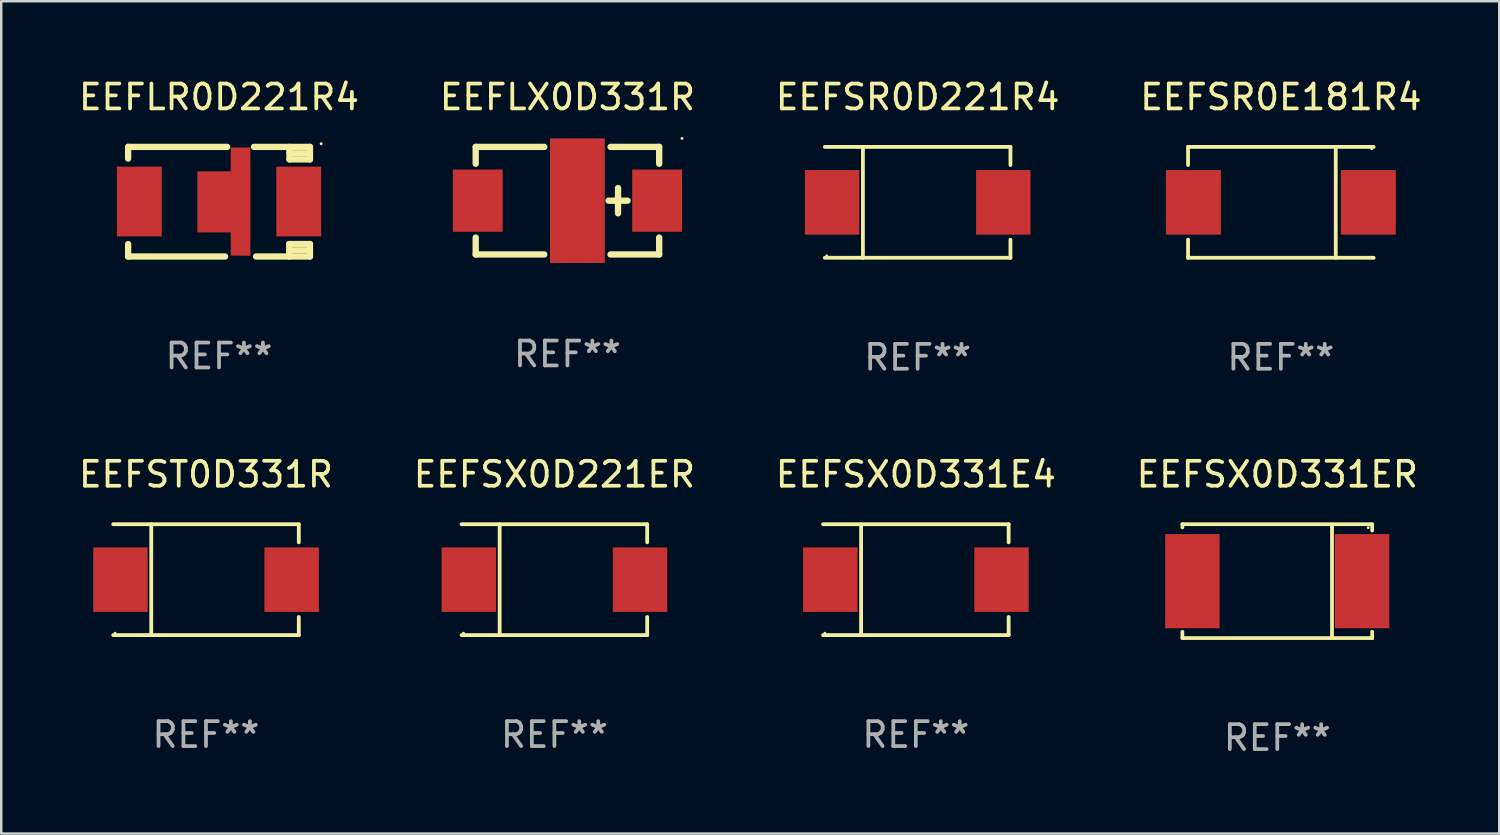
<source format=kicad_pcb>
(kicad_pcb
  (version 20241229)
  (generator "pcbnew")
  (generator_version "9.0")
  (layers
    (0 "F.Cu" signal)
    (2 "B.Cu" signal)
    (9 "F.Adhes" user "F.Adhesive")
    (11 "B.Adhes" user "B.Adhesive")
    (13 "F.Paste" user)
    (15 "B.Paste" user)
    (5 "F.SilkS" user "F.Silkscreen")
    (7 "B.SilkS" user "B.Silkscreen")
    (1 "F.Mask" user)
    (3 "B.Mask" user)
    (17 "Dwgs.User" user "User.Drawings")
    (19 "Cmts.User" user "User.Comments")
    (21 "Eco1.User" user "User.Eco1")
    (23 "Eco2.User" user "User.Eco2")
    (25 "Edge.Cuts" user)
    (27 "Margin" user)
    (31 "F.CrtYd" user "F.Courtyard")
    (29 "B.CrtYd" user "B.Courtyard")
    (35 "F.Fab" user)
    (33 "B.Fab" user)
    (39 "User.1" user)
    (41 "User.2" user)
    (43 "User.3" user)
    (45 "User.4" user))
  (footprint "EEFSR0D221R4"
    (layer "F.Cu")
    (at 33.792 5.074)
    (property "Reference" "EEFSR0D221R4" (at 0 -4.226 0) (layer "F.SilkS") (effects (font (size 1 1) (thickness 0.15))))
    (attr through_hole)
    (fp_line (start -3.726 -2.226) (end 3.726 -2.226) (stroke (width 0.152) (type solid)) (layer "F.SilkS"))
    (fp_line (start -3.726 2.226) (end 3.726 2.226) (stroke (width 0.152) (type solid)) (layer "F.SilkS"))
    (fp_line (start -2.197 -2.226) (end -2.197 2.226) (stroke (width 0.152) (type solid)) (layer "F.SilkS"))
    (fp_line (start 3.726 -2.226) (end 3.726 -1.499) (stroke (width 0.152) (type solid)) (layer "F.SilkS"))
    (fp_line (start 3.726 2.226) (end 3.726 1.499) (stroke (width 0.152) (type solid)) (layer "F.SilkS"))
    (fp_circle (center -3.65 2.15) (end -3.62 2.15) (stroke (width 0.06) (type solid)) (fill no) (layer "F.SilkS"))
    (fp_text user "REF**" (at 0 6.226 0) (layer "F.Fab") (effects (font (size 1 1) (thickness 0.15))))
    (pad "1" smd rect (at -3.434 0 180) (size 2.185 2.592) (layers "F.Cu" "F.Mask" "F.Paste"))
    (pad "2" smd rect (at 3.439 0 180) (size 2.185 2.592) (layers "F.Cu" "F.Mask" "F.Paste")))
  (footprint "EEFST0D331R"
    (layer "F.Cu")
    (at 5.22 20.223)
    (property "Reference" "EEFST0D331R" (at 0 -4.226 0) (layer "F.SilkS") (effects (font (size 1 1) (thickness 0.15))))
    (attr through_hole)
    (fp_line (start -3.726 -2.226) (end 3.726 -2.226) (stroke (width 0.152) (type solid)) (layer "F.SilkS"))
    (fp_line (start -3.726 2.226) (end 3.726 2.226) (stroke (width 0.152) (type solid)) (layer "F.SilkS"))
    (fp_line (start -2.197 -2.226) (end -2.197 2.226) (stroke (width 0.152) (type solid)) (layer "F.SilkS"))
    (fp_line (start 3.726 -2.226) (end 3.726 -1.499) (stroke (width 0.152) (type solid)) (layer "F.SilkS"))
    (fp_line (start 3.726 2.226) (end 3.726 1.499) (stroke (width 0.152) (type solid)) (layer "F.SilkS"))
    (fp_circle (center -3.65 2.15) (end -3.62 2.15) (stroke (width 0.06) (type solid)) (fill no) (layer "F.SilkS"))
    (fp_text user "REF**" (at 0 6.226 0) (layer "F.Fab") (effects (font (size 1 1) (thickness 0.15))))
    (pad "1" smd rect (at -3.434 0 180) (size 2.185 2.592) (layers "F.Cu" "F.Mask" "F.Paste"))
    (pad "2" smd rect (at 3.439 0 180) (size 2.185 2.592) (layers "F.Cu" "F.Mask" "F.Paste")))
  (footprint "EEFSX0D221ER"
    (layer "F.Cu")
    (at 19.208 20.223)
    (property "Reference" "EEFSX0D221ER" (at 0 -4.226 0) (layer "F.SilkS") (effects (font (size 1 1) (thickness 0.15))))
    (attr through_hole)
    (fp_line (start -3.726 -2.226) (end 3.726 -2.226) (stroke (width 0.152) (type solid)) (layer "F.SilkS"))
    (fp_line (start -3.726 2.226) (end 3.726 2.226) (stroke (width 0.152) (type solid)) (layer "F.SilkS"))
    (fp_line (start -2.197 -2.226) (end -2.197 2.226) (stroke (width 0.152) (type solid)) (layer "F.SilkS"))
    (fp_line (start 3.726 -2.226) (end 3.726 -1.499) (stroke (width 0.152) (type solid)) (layer "F.SilkS"))
    (fp_line (start 3.726 2.226) (end 3.726 1.499) (stroke (width 0.152) (type solid)) (layer "F.SilkS"))
    (fp_circle (center -3.65 2.15) (end -3.62 2.15) (stroke (width 0.06) (type solid)) (fill no) (layer "F.SilkS"))
    (fp_text user "REF**" (at 0 6.226 0) (layer "F.Fab") (effects (font (size 1 1) (thickness 0.15))))
    (pad "1" smd rect (at -3.434 0 180) (size 2.185 2.592) (layers "F.Cu" "F.Mask" "F.Paste"))
    (pad "2" smd rect (at 3.439 0 180) (size 2.185 2.592) (layers "F.Cu" "F.Mask" "F.Paste")))
  (footprint "EEFSX0D331E4"
    (layer "F.Cu")
    (at 33.72 20.223)
    (property "Reference" "EEFSX0D331E4" (at 0 -4.226 0) (layer "F.SilkS") (effects (font (size 1 1) (thickness 0.15))))
    (attr through_hole)
    (fp_line (start -3.726 -2.226) (end 3.726 -2.226) (stroke (width 0.152) (type solid)) (layer "F.SilkS"))
    (fp_line (start -3.726 2.226) (end 3.726 2.226) (stroke (width 0.152) (type solid)) (layer "F.SilkS"))
    (fp_line (start -2.197 -2.226) (end -2.197 2.226) (stroke (width 0.152) (type solid)) (layer "F.SilkS"))
    (fp_line (start 3.726 -2.226) (end 3.726 -1.499) (stroke (width 0.152) (type solid)) (layer "F.SilkS"))
    (fp_line (start 3.726 2.226) (end 3.726 1.499) (stroke (width 0.152) (type solid)) (layer "F.SilkS"))
    (fp_circle (center -3.65 2.15) (end -3.62 2.15) (stroke (width 0.06) (type solid)) (fill no) (layer "F.SilkS"))
    (fp_text user "REF**" (at 0 6.226 0) (layer "F.Fab") (effects (font (size 1 1) (thickness 0.15))))
    (pad "1" smd rect (at -3.434 0 180) (size 2.185 2.592) (layers "F.Cu" "F.Mask" "F.Paste"))
    (pad "2" smd rect (at 3.439 0 180) (size 2.185 2.592) (layers "F.Cu" "F.Mask" "F.Paste")))
  (footprint "EEFLX0D331R"
    (layer "F.Cu")
    (at 19.732 5.007)
    (property "Reference" "EEFLX0D331R" (at 0 -4.159 0) (layer "F.SilkS") (effects (font (size 1 1) (thickness 0.15))))
    (attr through_hole)
    (fp_line (start -3.683 -2.159) (end -3.683 -1.481) (stroke (width 0.254) (type solid)) (layer "F.SilkS"))
    (fp_line (start -3.683 1.481) (end -3.683 2.159) (stroke (width 0.254) (type solid)) (layer "F.SilkS"))
    (fp_line (start -3.683 2.159) (end -0.931 2.159) (stroke (width 0.254) (type solid)) (layer "F.SilkS"))
    (fp_line (start -0.931 -2.159) (end -3.683 -2.159) (stroke (width 0.254) (type solid)) (layer "F.SilkS"))
    (fp_line (start 1.651 0) (end 2.413 0) (stroke (width 0.254) (type solid)) (layer "F.SilkS"))
    (fp_line (start 1.731 2.159) (end 3.683 2.159) (stroke (width 0.254) (type solid)) (layer "F.SilkS"))
    (fp_line (start 2.032 -0.508) (end 2.032 0.508) (stroke (width 0.254) (type solid)) (layer "F.SilkS"))
    (fp_line (start 3.683 -2.159) (end 1.731 -2.159) (stroke (width 0.254) (type solid)) (layer "F.SilkS"))
    (fp_line (start 3.683 -1.481) (end 3.683 -2.159) (stroke (width 0.254) (type solid)) (layer "F.SilkS"))
    (fp_line (start 3.683 2.159) (end 3.683 1.481) (stroke (width 0.254) (type solid)) (layer "F.SilkS"))
    (fp_circle (center 4.6 -2.5) (end 4.63 -2.5) (stroke (width 0.06) (type solid)) (fill no) (layer "F.SilkS"))
    (fp_text user "REF**" (at 0 6.159 0) (layer "F.Fab") (effects (font (size 1 1) (thickness 0.15))))
    (pad "1" smd rect (at 3.6 0) (size 2 2.5) (layers "F.Cu" "F.Mask" "F.Paste"))
    (pad "2" smd rect (at -3.6 0) (size 2 2.5) (layers "F.Cu" "F.Mask" "F.Paste"))
    (pad "2" smd rect (at 0.4 0) (size 2.2 5) (layers "F.Cu" "F.Mask" "F.Paste")))
  (footprint "EEFLR0D221R4"
    (layer "F.Cu")
    (at 5.744 5.048)
    (property "Reference" "EEFLR0D221R4" (at 0 -4.2 0) (layer "F.SilkS") (effects (font (size 1 1) (thickness 0.15))))
    (attr through_hole)
    (fp_line (start -3.65 -2.2) (end -3.65 -1.73) (stroke (width 0.254) (type solid)) (layer "F.SilkS"))
    (fp_line (start -3.65 -2.2) (end 0.326 -2.2) (stroke (width 0.254) (type solid)) (layer "F.SilkS"))
    (fp_line (start -3.65 2.2) (end -3.65 1.7) (stroke (width 0.254) (type solid)) (layer "F.SilkS"))
    (fp_line (start -3.65 2.2) (end 0.243 2.2) (stroke (width 0.254) (type solid)) (layer "F.SilkS"))
    (fp_line (start 1.403 -2.2) (end 3.65 -2.2) (stroke (width 0.254) (type solid)) (layer "F.SilkS"))
    (fp_line (start 1.487 2.2) (end 3.65 2.2) (stroke (width 0.254) (type solid)) (layer "F.SilkS"))
    (fp_line (start 2.82 1.7) (end 2.82 2.2) (stroke (width 0.254) (type solid)) (layer "F.SilkS"))
    (fp_line (start 2.82 1.954) (end 3.65 1.954) (stroke (width 0.254) (type solid)) (layer "F.SilkS"))
    (fp_line (start 2.828 -2.2) (end 2.828 -1.7) (stroke (width 0.254) (type solid)) (layer "F.SilkS"))
    (fp_line (start 2.828 -1.944) (end 3.65 -1.944) (stroke (width 0.254) (type solid)) (layer "F.SilkS"))
    (fp_line (start 2.828 -1.7) (end 3.65 -1.7) (stroke (width 0.254) (type solid)) (layer "F.SilkS"))
    (fp_line (start 3.65 -2.2) (end 3.65 -1.7) (stroke (width 0.254) (type solid)) (layer "F.SilkS"))
    (fp_line (start 3.65 1.7) (end 2.82 1.7) (stroke (width 0.254) (type solid)) (layer "F.SilkS"))
    (fp_line (start 3.65 2.2) (end 3.65 1.7) (stroke (width 0.254) (type solid)) (layer "F.SilkS"))
    (fp_circle (center 4.1 -2.327) (end 4.13 -2.327) (stroke (width 0.06) (type solid)) (fill no) (layer "F.SilkS"))
    (fp_text user "REF**" (at 0 6.2 0) (layer "F.Fab") (effects (font (size 1 1) (thickness 0.15))))
    (pad "1" smd rect (at 3.2 -0.008) (size 1.8 2.8) (layers "F.Cu" "F.Mask" "F.Paste"))
    (pad "2" smd custom (at 0.194 0.007) (size 2.13 4.35) (layers "F.Cu" "F.Mask" "F.Paste") (options (anchor circle)) (primitives (gr_poly (pts (xy -1.065 -1.225) (xy 0.275 -1.225) (xy 0.275 -2.185) (xy 1.065 -2.185) (xy 1.065 2.165) (xy 0.275 2.155) (xy 0.275 1.225) (xy -1.065 1.225)) (width 0) (fill yes))))
    (pad "3" smd rect (at -3.2 -0.008) (size 1.8 2.8) (layers "F.Cu" "F.Mask" "F.Paste")))
  (footprint "EEFSR0E181R4"
    (layer "F.Cu")
    (at 48.375 5.074)
    (property "Reference" "EEFSR0E181R4" (at 0 -4.226 0) (layer "F.SilkS") (effects (font (size 1 1) (thickness 0.15))))
    (attr through_hole)
    (fp_line (start -3.726 -2.226) (end -3.726 -1.499) (stroke (width 0.152) (type solid)) (layer "F.SilkS"))
    (fp_line (start -3.726 -2.226) (end 3.726 -2.226) (stroke (width 0.152) (type solid)) (layer "F.SilkS"))
    (fp_line (start -3.726 2.226) (end -3.726 1.499) (stroke (width 0.152) (type solid)) (layer "F.SilkS"))
    (fp_line (start -3.726 2.226) (end 3.726 2.226) (stroke (width 0.152) (type solid)) (layer "F.SilkS"))
    (fp_line (start 2.204 -2.226) (end 2.204 2.226) (stroke (width 0.152) (type solid)) (layer "F.SilkS"))
    (fp_circle (center 3.65 -2.15) (end 3.68 -2.15) (stroke (width 0.06) (type solid)) (fill no) (layer "F.SilkS"))
    (fp_text user "REF**" (at 0 6.226 0) (layer "F.Fab") (effects (font (size 1 1) (thickness 0.15))))
    (pad "1" smd rect (at 3.511 0) (size 2.207 2.592) (layers "F.Cu" "F.Mask" "F.Paste"))
    (pad "2" smd rect (at -3.511 0) (size 2.207 2.592) (layers "F.Cu" "F.Mask" "F.Paste")))
  (footprint "EEFSX0D331ER"
    (layer "F.Cu")
    (at 48.232 20.283)
    (property "Reference" "EEFSX0D331ER" (at 0 -4.286 0) (layer "F.SilkS") (effects (font (size 1 1) (thickness 0.15))))
    (attr through_hole)
    (fp_line (start -3.81 -2.286) (end -3.81 -2.159) (stroke (width 0.15) (type solid)) (layer "F.SilkS"))
    (fp_line (start -3.81 2.032) (end -3.81 2.286) (stroke (width 0.15) (type solid)) (layer "F.SilkS"))
    (fp_line (start -3.81 2.286) (end 3.81 2.286) (stroke (width 0.15) (type solid)) (layer "F.SilkS"))
    (fp_line (start 2.197 -2.226) (end 2.197 2.226) (stroke (width 0.152) (type solid)) (layer "F.SilkS"))
    (fp_line (start 3.81 -2.286) (end -3.81 -2.286) (stroke (width 0.15) (type solid)) (layer "F.SilkS"))
    (fp_line (start 3.81 -2.032) (end 3.81 -2.286) (stroke (width 0.15) (type solid)) (layer "F.SilkS"))
    (fp_line (start 3.81 2.286) (end 3.81 2.032) (stroke (width 0.15) (type solid)) (layer "F.SilkS"))
    (fp_circle (center 3.65 -2.15) (end 3.68 -2.15) (stroke (width 0.06) (type solid)) (fill no) (layer "F.SilkS"))
    (fp_text user "REF**" (at 0 6.286 0) (layer "F.Fab") (effects (font (size 1 1) (thickness 0.15))))
    (pad "1" smd rect (at 3.404 0 180) (size 2.185 3.78) (layers "F.Cu" "F.Mask" "F.Paste"))
    (pad "2" smd rect (at -3.409 0 180) (size 2.185 3.78) (layers "F.Cu" "F.Mask" "F.Paste")))
  (gr_rect
    (start -3 -3)
    (end 57.143 30.417)
    (stroke (width 0.1) (type default))
    (fill no)
    (layer "Edge.Cuts")))
</source>
